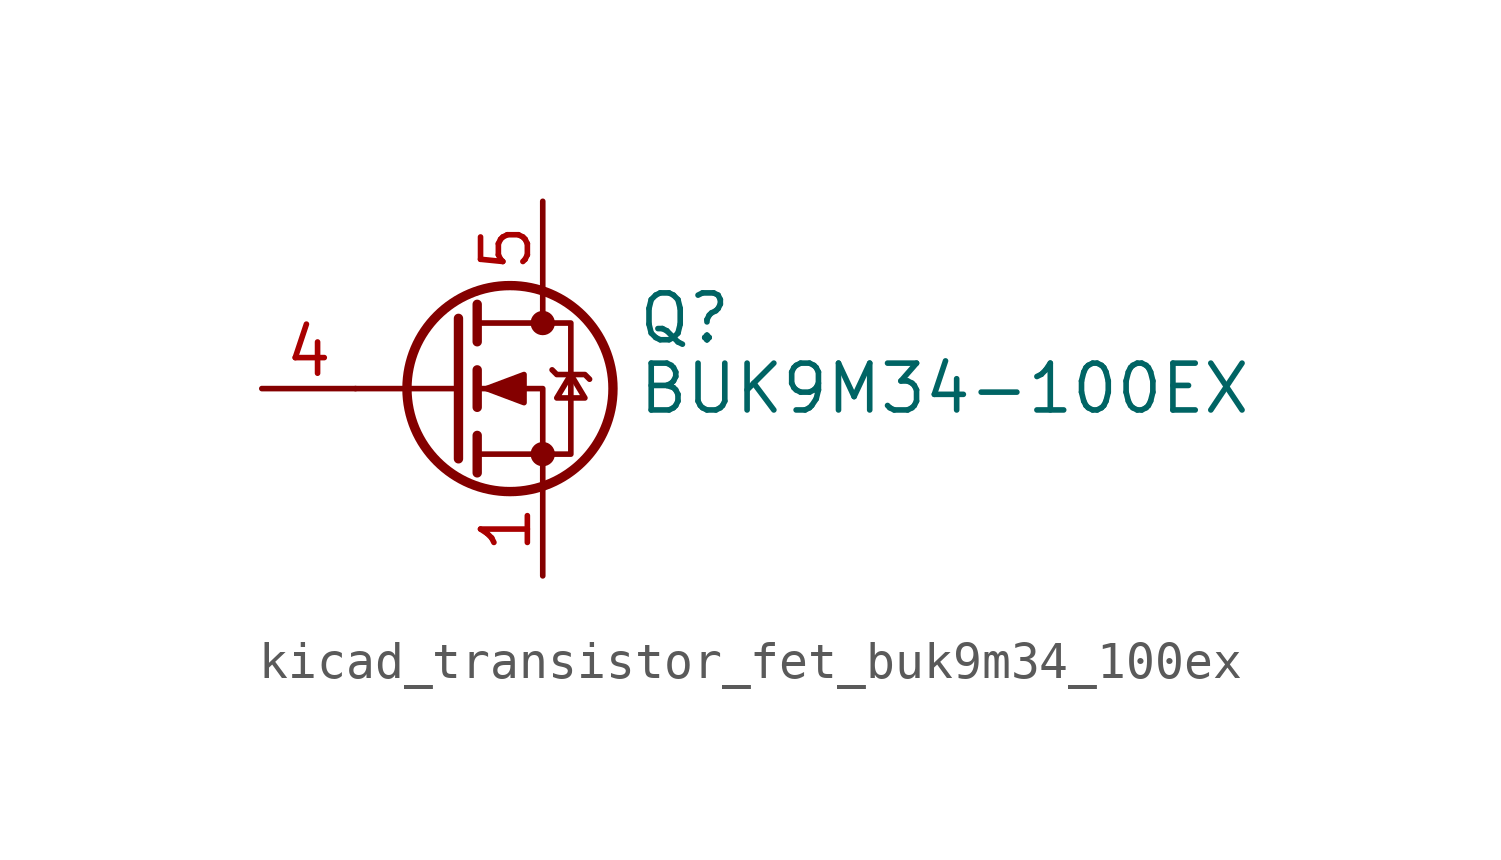
<source format=kicad_sym>
(kicad_symbol_lib
  (version 20220914)
  (generator kicad_symbol_editor)
  (symbol "kicad_transistor_fet_buk9m34_100ex"
    (pin_names hide)
    (property "Reference" "Q"
      (at 5.08 1.905 0)
      (effects (font (size 1.27 1.27)) (justify left)))
    (property "Value" "BUK9M34-100EX"
      (at 5.08 0 0)
      (effects (font (size 1.27 1.27)) (justify left)))
    (symbol "kicad_transistor_fet_buk9m34_100ex_0_1"
      (polyline (pts (xy 0.254 0) (xy -2.54 0)) (stroke (width 0) (type default)) (fill (type none)))
      (polyline (pts (xy 0.254 1.905) (xy 0.254 -1.905)) (stroke (width 0.254) (type default)) (fill (type none)))
      (polyline (pts (xy 0.762 -1.27) (xy 0.762 -2.286)) (stroke (width 0.254) (type default)) (fill (type none)))
      (polyline (pts (xy 0.762 0.508) (xy 0.762 -0.508)) (stroke (width 0.254) (type default)) (fill (type none)))
      (polyline (pts (xy 0.762 2.286) (xy 0.762 1.27)) (stroke (width 0.254) (type default)) (fill (type none)))
      (polyline (pts (xy 2.54 2.54) (xy 2.54 1.778)) (stroke (width 0) (type default)) (fill (type none)))
      (polyline (pts (xy 2.54 -2.54) (xy 2.54 0) (xy 0.762 0)) (stroke (width 0) (type default)) (fill (type none)))
      (polyline (pts (xy 0.762 -1.778) (xy 3.302 -1.778) (xy 3.302 1.778) (xy 0.762 1.778)) (stroke (width 0) (type default)) (fill (type none)))
      (polyline (pts (xy 1.016 0) (xy 2.032 0.381) (xy 2.032 -0.381) (xy 1.016 0)) (stroke (width 0) (type default)) (fill (type outline)))
      (polyline (pts (xy 2.794 0.508) (xy 2.921 0.381) (xy 3.683 0.381) (xy 3.81 0.254)) (stroke (width 0) (type default)) (fill (type none)))
      (polyline (pts (xy 3.302 0.381) (xy 2.921 -0.254) (xy 3.683 -0.254) (xy 3.302 0.381)) (stroke (width 0) (type default)) (fill (type none)))
      (circle (center 1.651 0) (radius 2.794) (stroke (width 0.254) (type default)) (fill (type none)))
      (circle (center 2.54 -1.778) (radius 0.254) (stroke (width 0) (type default)) (fill (type outline)))
      (circle (center 2.54 1.778) (radius 0.254) (stroke (width 0) (type default)) (fill (type outline))))
    (symbol "kicad_transistor_fet_buk9m34_100ex_1_1"
      (pin passive line (at 2.54 -5.08 90) (length 2.54) (name "S" (effects (font (size 1.27 1.27)))) (number "1" (effects (font (size 1.27 1.27)))))
      (pin passive line (at 2.54 -5.08 90) (length 2.54) hide (name "S" (effects (font (size 1.27 1.27)))) (number "2" (effects (font (size 1.27 1.27)))))
      (pin passive line (at 2.54 -5.08 90) (length 2.54) hide (name "S" (effects (font (size 1.27 1.27)))) (number "3" (effects (font (size 1.27 1.27)))))
      (pin passive line (at -5.08 0 0) (length 2.54) (name "G" (effects (font (size 1.27 1.27)))) (number "4" (effects (font (size 1.27 1.27)))))
      (pin passive line (at 2.54 5.08 270) (length 2.54) (name "D" (effects (font (size 1.27 1.27)))) (number "5" (effects (font (size 1.27 1.27))))))))
</source>
